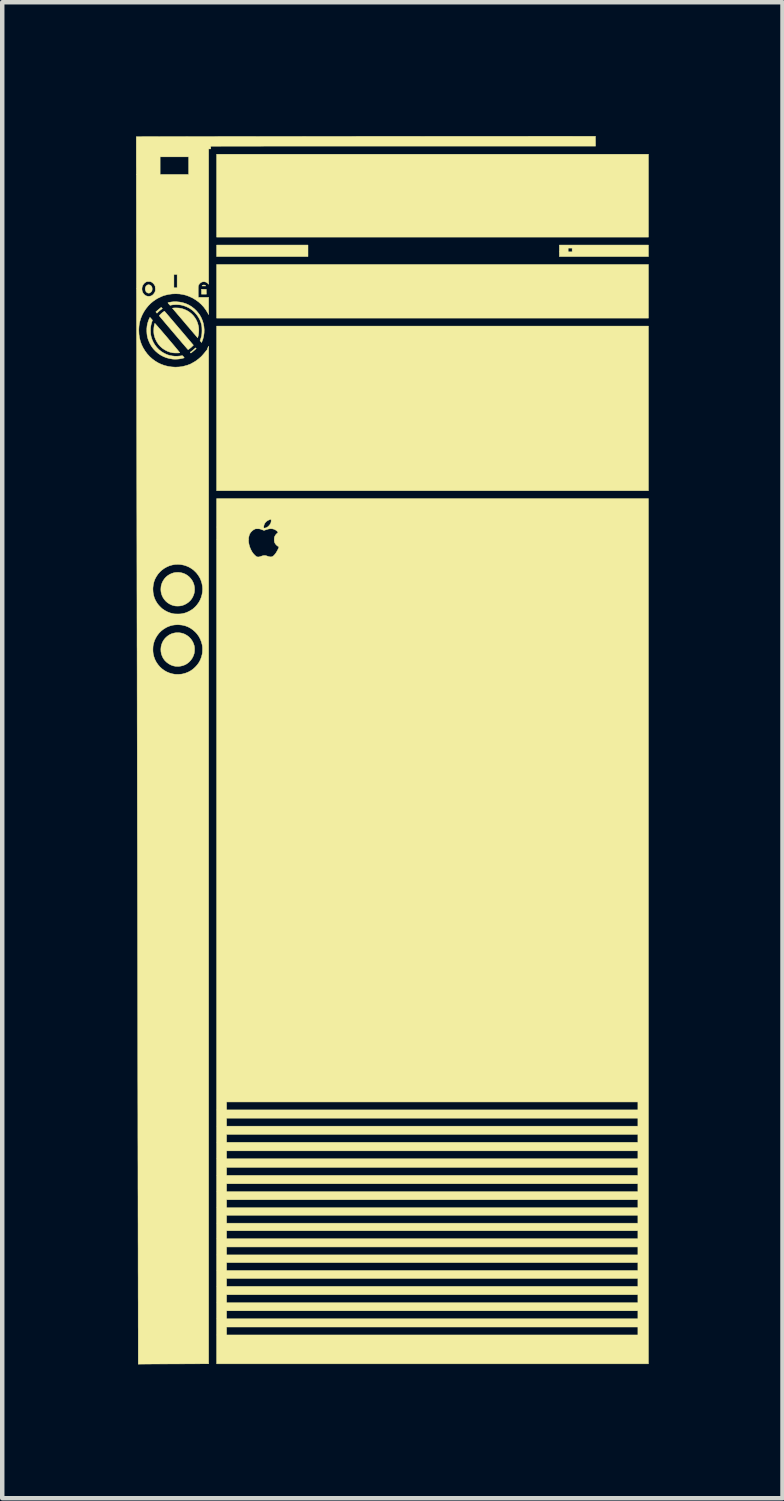
<source format=kicad_pcb>
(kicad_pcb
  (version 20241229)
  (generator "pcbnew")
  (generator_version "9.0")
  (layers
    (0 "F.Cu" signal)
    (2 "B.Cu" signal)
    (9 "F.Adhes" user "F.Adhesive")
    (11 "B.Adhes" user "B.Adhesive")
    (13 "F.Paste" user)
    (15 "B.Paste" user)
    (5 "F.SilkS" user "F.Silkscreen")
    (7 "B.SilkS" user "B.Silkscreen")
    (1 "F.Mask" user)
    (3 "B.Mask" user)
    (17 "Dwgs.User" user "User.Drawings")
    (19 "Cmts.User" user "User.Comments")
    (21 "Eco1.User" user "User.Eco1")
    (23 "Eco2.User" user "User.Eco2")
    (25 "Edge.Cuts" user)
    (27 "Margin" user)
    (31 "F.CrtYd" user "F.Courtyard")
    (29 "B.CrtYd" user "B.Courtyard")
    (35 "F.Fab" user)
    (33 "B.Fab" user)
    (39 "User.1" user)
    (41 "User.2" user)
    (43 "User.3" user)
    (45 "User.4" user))
  (footprint "6000"
    (layer "F.Cu")
    (at 5.743 13.768)
    (property "Reference" "6000" (at 0 0 0) (layer "F.SilkS") (effects (font (size 1.524 1.524) (thickness 0.3))))
    (attr through_hole)
    (fp_poly (pts (xy -1.888 -11.066) (xy -3.937 -11.066) (xy -3.937 -11.324) (xy -1.888 -11.324) (xy -1.888 -11.066)) (stroke (width 0.01) (type solid)) (fill yes) (layer "F.SilkS"))
    (fp_poly (pts (xy 5.745 -11.502) (xy -3.937 -11.502) (xy -3.937 -13.36) (xy 5.745 -13.36) (xy 5.745 -11.502)) (stroke (width 0.01) (type solid)) (fill yes) (layer "F.SilkS"))
    (fp_poly (pts (xy 5.745 -9.686) (xy -3.937 -9.686) (xy -3.937 -10.888) (xy 5.745 -10.888) (xy 5.745 -9.686)) (stroke (width 0.01) (type solid)) (fill yes) (layer "F.SilkS"))
    (fp_poly (pts (xy 5.745 -5.817) (xy -3.937 -5.817) (xy -3.937 -9.508) (xy 5.745 -9.508) (xy 5.745 -5.817)) (stroke (width 0.01) (type solid)) (fill yes) (layer "F.SilkS"))
    (fp_poly (pts (xy -4.222 -10.333) (xy -4.168 -10.331) (xy -4.167 -10.277) (xy -4.165 -10.223) (xy -4.276 -10.223) (xy -4.276 -10.334) (xy -4.222 -10.333)) (stroke (width 0.01) (type solid)) (fill yes) (layer "F.SilkS"))
    (fp_poly (pts (xy 5.745 -11.066) (xy 3.747 -11.066) (xy 3.747 -11.256) (xy 3.945 -11.256) (xy 3.945 -11.172) (xy 4.034 -11.172) (xy 4.034 -11.256) (xy 3.945 -11.256) (xy 3.747 -11.256) (xy 3.747 -11.324) (xy 5.745 -11.324) (xy 5.745 -11.066)) (stroke (width 0.01) (type solid)) (fill yes) (layer "F.SilkS"))
    (fp_poly (pts (xy -4.21 -10.428) (xy -4.193 -10.421) (xy -4.185 -10.414) (xy -4.182 -10.41) (xy -4.181 -10.408) (xy -4.185 -10.406) (xy -4.193 -10.406) (xy -4.208 -10.406) (xy -4.223 -10.406) (xy -4.243 -10.406) (xy -4.256 -10.406) (xy -4.262 -10.407) (xy -4.265 -10.409) (xy -4.263 -10.411) (xy -4.261 -10.414) (xy -4.246 -10.424) (xy -4.228 -10.429) (xy -4.21 -10.428)) (stroke (width 0.01) (type solid)) (fill yes) (layer "F.SilkS"))
    (fp_poly (pts (xy -5.174 -9.924) (xy -5.167 -9.916) (xy -5.164 -9.912) (xy -5.152 -9.898) (xy -5.167 -9.889) (xy -5.184 -9.877) (xy -5.203 -9.862) (xy -5.224 -9.844) (xy -5.244 -9.826) (xy -5.254 -9.816) (xy -5.274 -9.796) (xy -5.287 -9.811) (xy -5.299 -9.827) (xy -5.241 -9.877) (xy -5.222 -9.893) (xy -5.205 -9.907) (xy -5.191 -9.918) (xy -5.182 -9.925) (xy -5.179 -9.927) (xy -5.174 -9.924)) (stroke (width 0.01) (type solid)) (fill yes) (layer "F.SilkS"))
    (fp_poly (pts (xy -5.431 -10.428) (xy -5.411 -10.416) (xy -5.395 -10.397) (xy -5.392 -10.391) (xy -5.384 -10.37) (xy -5.381 -10.346) (xy -5.382 -10.322) (xy -5.386 -10.302) (xy -5.396 -10.284) (xy -5.411 -10.268) (xy -5.428 -10.255) (xy -5.439 -10.249) (xy -5.454 -10.246) (xy -5.467 -10.246) (xy -5.479 -10.249) (xy -5.499 -10.259) (xy -5.517 -10.276) (xy -5.529 -10.298) (xy -5.537 -10.323) (xy -5.538 -10.341) (xy -5.535 -10.369) (xy -5.525 -10.393) (xy -5.512 -10.411) (xy -5.494 -10.426) (xy -5.473 -10.434) (xy -5.452 -10.434) (xy -5.431 -10.428)) (stroke (width 0.01) (type solid)) (fill yes) (layer "F.SilkS"))
    (fp_poly (pts (xy -4.406 -9.017) (xy -4.402 -9.014) (xy -4.401 -9.013) (xy -4.395 -9.006) (xy -4.396 -9.001) (xy -4.399 -8.998) (xy -4.406 -8.992) (xy -4.417 -8.982) (xy -4.432 -8.969) (xy -4.448 -8.955) (xy -4.465 -8.941) (xy -4.481 -8.928) (xy -4.495 -8.916) (xy -4.506 -8.908) (xy -4.512 -8.903) (xy -4.513 -8.903) (xy -4.518 -8.905) (xy -4.523 -8.911) (xy -4.528 -8.918) (xy -4.529 -8.921) (xy -4.507 -8.937) (xy -4.483 -8.955) (xy -4.46 -8.974) (xy -4.441 -8.991) (xy -4.436 -8.995) (xy -4.423 -9.007) (xy -4.415 -9.015) (xy -4.41 -9.018) (xy -4.406 -9.017)) (stroke (width 0.01) (type solid)) (fill yes) (layer "F.SilkS"))
    (fp_poly (pts (xy -4.778 -9.912) (xy -4.716 -9.9) (xy -4.657 -9.881) (xy -4.601 -9.855) (xy -4.549 -9.823) (xy -4.501 -9.785) (xy -4.458 -9.741) (xy -4.421 -9.692) (xy -4.389 -9.638) (xy -4.364 -9.58) (xy -4.347 -9.518) (xy -4.341 -9.489) (xy -4.336 -9.446) (xy -4.336 -9.399) (xy -4.339 -9.352) (xy -4.345 -9.308) (xy -4.349 -9.29) (xy -4.354 -9.273) (xy -4.358 -9.258) (xy -4.361 -9.249) (xy -4.362 -9.247) (xy -4.365 -9.25) (xy -4.373 -9.259) (xy -4.386 -9.273) (xy -4.403 -9.293) (xy -4.424 -9.318) (xy -4.449 -9.346) (xy -4.477 -9.379) (xy -4.508 -9.416) (xy -4.541 -9.455) (xy -4.577 -9.497) (xy -4.615 -9.541) (xy -4.645 -9.577) (xy -4.927 -9.908) (xy -4.913 -9.911) (xy -4.904 -9.913) (xy -4.889 -9.914) (xy -4.869 -9.915) (xy -4.847 -9.915) (xy -4.843 -9.915) (xy -4.778 -9.912)) (stroke (width 0.01) (type solid)) (fill yes) (layer "F.SilkS"))
    (fp_poly (pts (xy -4.739 -3.98) (xy -4.686 -3.966) (xy -4.642 -3.948) (xy -4.594 -3.92) (xy -4.552 -3.886) (xy -4.516 -3.847) (xy -4.485 -3.804) (xy -4.461 -3.757) (xy -4.443 -3.707) (xy -4.433 -3.655) (xy -4.43 -3.602) (xy -4.434 -3.548) (xy -4.441 -3.515) (xy -4.45 -3.487) (xy -4.462 -3.456) (xy -4.476 -3.427) (xy -4.491 -3.401) (xy -4.496 -3.393) (xy -4.529 -3.352) (xy -4.569 -3.315) (xy -4.614 -3.284) (xy -4.663 -3.259) (xy -4.714 -3.241) (xy -4.734 -3.237) (xy -4.762 -3.233) (xy -4.795 -3.231) (xy -4.829 -3.231) (xy -4.862 -3.233) (xy -4.887 -3.237) (xy -4.941 -3.253) (xy -4.99 -3.276) (xy -5.036 -3.305) (xy -5.077 -3.341) (xy -5.112 -3.382) (xy -5.142 -3.428) (xy -5.165 -3.479) (xy -5.18 -3.533) (xy -5.185 -3.566) (xy -5.187 -3.603) (xy -5.185 -3.642) (xy -5.181 -3.678) (xy -5.178 -3.693) (xy -5.161 -3.747) (xy -5.137 -3.796) (xy -5.108 -3.84) (xy -5.073 -3.879) (xy -5.034 -3.912) (xy -4.99 -3.94) (xy -4.944 -3.961) (xy -4.895 -3.977) (xy -4.844 -3.985) (xy -4.791 -3.986) (xy -4.739 -3.98)) (stroke (width 0.01) (type solid)) (fill yes) (layer "F.SilkS"))
    (fp_poly (pts (xy -4.73 -2.626) (xy -4.677 -2.611) (xy -4.649 -2.599) (xy -4.6 -2.571) (xy -4.555 -2.537) (xy -4.517 -2.497) (xy -4.485 -2.452) (xy -4.459 -2.402) (xy -4.44 -2.347) (xy -4.438 -2.338) (xy -4.433 -2.312) (xy -4.431 -2.28) (xy -4.431 -2.246) (xy -4.433 -2.213) (xy -4.437 -2.183) (xy -4.44 -2.166) (xy -4.459 -2.111) (xy -4.485 -2.06) (xy -4.518 -2.014) (xy -4.557 -1.973) (xy -4.602 -1.938) (xy -4.603 -1.937) (xy -4.645 -1.914) (xy -4.692 -1.896) (xy -4.742 -1.884) (xy -4.792 -1.877) (xy -4.842 -1.878) (xy -4.86 -1.88) (xy -4.912 -1.891) (xy -4.963 -1.91) (xy -5.011 -1.937) (xy -5.055 -1.969) (xy -5.095 -2.007) (xy -5.122 -2.043) (xy -5.135 -2.063) (xy -5.148 -2.088) (xy -5.16 -2.116) (xy -5.17 -2.142) (xy -5.175 -2.158) (xy -5.185 -2.212) (xy -5.187 -2.266) (xy -5.182 -2.32) (xy -5.169 -2.372) (xy -5.149 -2.422) (xy -5.122 -2.469) (xy -5.088 -2.512) (xy -5.048 -2.549) (xy -5.041 -2.555) (xy -4.995 -2.586) (xy -4.945 -2.61) (xy -4.893 -2.625) (xy -4.839 -2.634) (xy -4.785 -2.634) (xy -4.73 -2.626)) (stroke (width 0.01) (type solid)) (fill yes) (layer "F.SilkS"))
    (fp_poly (pts (xy -5.318 -9.566) (xy -5.31 -9.557) (xy -5.297 -9.543) (xy -5.28 -9.523) (xy -5.258 -9.499) (xy -5.234 -9.47) (xy -5.205 -9.438) (xy -5.174 -9.402) (xy -5.141 -9.363) (xy -5.105 -9.321) (xy -5.067 -9.277) (xy -5.038 -9.243) (xy -5 -9.197) (xy -4.963 -9.153) (xy -4.928 -9.112) (xy -4.895 -9.073) (xy -4.865 -9.037) (xy -4.839 -9.005) (xy -4.815 -8.977) (xy -4.796 -8.953) (xy -4.78 -8.934) (xy -4.769 -8.92) (xy -4.763 -8.912) (xy -4.762 -8.91) (xy -4.768 -8.908) (xy -4.782 -8.906) (xy -4.8 -8.905) (xy -4.821 -8.905) (xy -4.845 -8.905) (xy -4.869 -8.905) (xy -4.891 -8.906) (xy -4.91 -8.908) (xy -4.92 -8.909) (xy -4.983 -8.923) (xy -5.043 -8.945) (xy -5.1 -8.975) (xy -5.152 -9.01) (xy -5.199 -9.052) (xy -5.241 -9.099) (xy -5.276 -9.151) (xy -5.305 -9.208) (xy -5.321 -9.249) (xy -5.332 -9.285) (xy -5.34 -9.319) (xy -5.344 -9.353) (xy -5.346 -9.389) (xy -5.345 -9.428) (xy -5.344 -9.457) (xy -5.341 -9.486) (xy -5.337 -9.513) (xy -5.333 -9.536) (xy -5.328 -9.554) (xy -5.324 -9.566) (xy -5.322 -9.569) (xy -5.318 -9.566)) (stroke (width 0.01) (type solid)) (fill yes) (layer "F.SilkS"))
    (fp_poly (pts (xy -5.07 -9.801) (xy -5.063 -9.792) (xy -5.05 -9.777) (xy -5.033 -9.757) (xy -5.011 -9.732) (xy -4.986 -9.702) (xy -4.957 -9.668) (xy -4.925 -9.631) (xy -4.891 -9.59) (xy -4.854 -9.547) (xy -4.816 -9.502) (xy -4.777 -9.456) (xy -4.746 -9.42) (xy -4.457 -9.079) (xy -4.482 -9.054) (xy -4.494 -9.043) (xy -4.508 -9.029) (xy -4.525 -9.016) (xy -4.541 -9.003) (xy -4.556 -8.992) (xy -4.568 -8.983) (xy -4.575 -8.979) (xy -4.576 -8.979) (xy -4.579 -8.982) (xy -4.588 -8.991) (xy -4.601 -9.006) (xy -4.618 -9.026) (xy -4.64 -9.051) (xy -4.665 -9.081) (xy -4.694 -9.114) (xy -4.726 -9.151) (xy -4.76 -9.192) (xy -4.797 -9.235) (xy -4.836 -9.281) (xy -4.877 -9.329) (xy -4.9 -9.356) (xy -4.942 -9.405) (xy -4.981 -9.452) (xy -5.02 -9.497) (xy -5.055 -9.539) (xy -5.089 -9.579) (xy -5.119 -9.615) (xy -5.146 -9.647) (xy -5.17 -9.675) (xy -5.189 -9.698) (xy -5.205 -9.717) (xy -5.215 -9.73) (xy -5.221 -9.737) (xy -5.222 -9.738) (xy -5.22 -9.744) (xy -5.213 -9.753) (xy -5.201 -9.765) (xy -5.187 -9.779) (xy -5.171 -9.794) (xy -5.155 -9.808) (xy -5.139 -9.82) (xy -5.132 -9.825) (xy -5.106 -9.842) (xy -5.07 -9.801)) (stroke (width 0.01) (type solid)) (fill yes) (layer "F.SilkS"))
    (fp_poly (pts (xy -4.834 -10.053) (xy -4.761 -10.046) (xy -4.69 -10.031) (xy -4.622 -10.009) (xy -4.557 -9.979) (xy -4.496 -9.942) (xy -4.439 -9.898) (xy -4.387 -9.848) (xy -4.34 -9.791) (xy -4.318 -9.76) (xy -4.283 -9.698) (xy -4.255 -9.633) (xy -4.234 -9.565) (xy -4.221 -9.496) (xy -4.215 -9.425) (xy -4.217 -9.354) (xy -4.227 -9.284) (xy -4.244 -9.215) (xy -4.266 -9.157) (xy -4.274 -9.139) (xy -4.291 -9.159) (xy -4.308 -9.179) (xy -4.294 -9.22) (xy -4.284 -9.252) (xy -4.276 -9.28) (xy -4.271 -9.306) (xy -4.268 -9.334) (xy -4.266 -9.365) (xy -4.265 -9.402) (xy -4.265 -9.411) (xy -4.266 -9.449) (xy -4.267 -9.481) (xy -4.27 -9.509) (xy -4.275 -9.536) (xy -4.282 -9.563) (xy -4.291 -9.593) (xy -4.316 -9.655) (xy -4.349 -9.714) (xy -4.388 -9.769) (xy -4.433 -9.82) (xy -4.483 -9.865) (xy -4.538 -9.903) (xy -4.572 -9.922) (xy -4.617 -9.943) (xy -4.667 -9.962) (xy -4.717 -9.976) (xy -4.741 -9.981) (xy -4.773 -9.985) (xy -4.81 -9.987) (xy -4.848 -9.988) (xy -4.886 -9.986) (xy -4.921 -9.984) (xy -4.942 -9.98) (xy -4.98 -9.973) (xy -5.005 -10) (xy -5.016 -10.012) (xy -5.024 -10.022) (xy -5.029 -10.029) (xy -5.029 -10.029) (xy -5.025 -10.032) (xy -5.015 -10.035) (xy -5.001 -10.039) (xy -5.001 -10.039) (xy -4.951 -10.048) (xy -4.902 -10.053) (xy -4.849 -10.053) (xy -4.834 -10.053)) (stroke (width 0.01) (type solid)) (fill yes) (layer "F.SilkS"))
    (fp_poly (pts (xy -5.428 -9.7) (xy -5.42 -9.692) (xy -5.409 -9.68) (xy -5.402 -9.671) (xy -5.375 -9.639) (xy -5.391 -9.593) (xy -5.402 -9.555) (xy -5.41 -9.518) (xy -5.415 -9.481) (xy -5.418 -9.441) (xy -5.418 -9.395) (xy -5.417 -9.388) (xy -5.416 -9.357) (xy -5.415 -9.333) (xy -5.412 -9.312) (xy -5.409 -9.294) (xy -5.405 -9.274) (xy -5.404 -9.272) (xy -5.383 -9.205) (xy -5.355 -9.142) (xy -5.319 -9.083) (xy -5.277 -9.029) (xy -5.23 -8.98) (xy -5.176 -8.937) (xy -5.118 -8.901) (xy -5.055 -8.871) (xy -5.043 -8.866) (xy -4.991 -8.85) (xy -4.934 -8.839) (xy -4.875 -8.832) (xy -4.816 -8.832) (xy -4.76 -8.837) (xy -4.759 -8.837) (xy -4.74 -8.84) (xy -4.723 -8.842) (xy -4.711 -8.844) (xy -4.706 -8.845) (xy -4.702 -8.843) (xy -4.694 -8.836) (xy -4.685 -8.827) (xy -4.676 -8.816) (xy -4.668 -8.806) (xy -4.664 -8.798) (xy -4.664 -8.795) (xy -4.671 -8.793) (xy -4.684 -8.789) (xy -4.701 -8.785) (xy -4.721 -8.78) (xy -4.74 -8.776) (xy -4.758 -8.773) (xy -4.765 -8.772) (xy -4.796 -8.768) (xy -4.831 -8.766) (xy -4.867 -8.765) (xy -4.899 -8.766) (xy -4.918 -8.767) (xy -4.992 -8.779) (xy -5.063 -8.798) (xy -5.13 -8.825) (xy -5.194 -8.859) (xy -5.252 -8.899) (xy -5.306 -8.946) (xy -5.355 -8.998) (xy -5.398 -9.056) (xy -5.434 -9.119) (xy -5.464 -9.187) (xy -5.469 -9.2) (xy -5.483 -9.245) (xy -5.493 -9.29) (xy -5.499 -9.338) (xy -5.502 -9.385) (xy -5.502 -9.45) (xy -5.496 -9.511) (xy -5.484 -9.569) (xy -5.466 -9.628) (xy -5.445 -9.678) (xy -5.439 -9.691) (xy -5.434 -9.7) (xy -5.431 -9.703) (xy -5.428 -9.7)) (stroke (width 0.01) (type solid)) (fill yes) (layer "F.SilkS"))
    (fp_poly (pts (xy 5.745 13.758) (xy -3.937 13.758) (xy -3.937 12.933) (xy -3.713 12.933) (xy -3.713 13.111) (xy 5.508 13.111) (xy 5.508 12.933) (xy -3.713 12.933) (xy -3.937 12.933) (xy -3.937 12.569) (xy -3.713 12.569) (xy -3.713 12.747) (xy 5.508 12.747) (xy 5.508 12.569) (xy -3.713 12.569) (xy -3.937 12.569) (xy -3.937 12.209) (xy -3.713 12.209) (xy -3.713 12.387) (xy 5.508 12.387) (xy 5.508 12.209) (xy -3.713 12.209) (xy -3.937 12.209) (xy -3.937 11.845) (xy -3.713 11.845) (xy -3.713 12.023) (xy 5.508 12.023) (xy 5.508 11.845) (xy -3.713 11.845) (xy -3.937 11.845) (xy -3.937 11.489) (xy -3.713 11.489) (xy -3.713 11.667) (xy 5.508 11.667) (xy 5.508 11.489) (xy -3.713 11.489) (xy -3.937 11.489) (xy -3.937 11.138) (xy -3.713 11.138) (xy -3.713 11.316) (xy 5.508 11.316) (xy 5.508 11.138) (xy -3.713 11.138) (xy -3.937 11.138) (xy -3.937 10.774) (xy -3.713 10.774) (xy -3.713 10.952) (xy 5.508 10.952) (xy 5.508 10.774) (xy -3.713 10.774) (xy -3.937 10.774) (xy -3.937 10.427) (xy -3.713 10.427) (xy -3.713 10.605) (xy 5.508 10.605) (xy 5.508 10.427) (xy -3.713 10.427) (xy -3.937 10.427) (xy -3.937 10.08) (xy -3.713 10.08) (xy -3.713 10.257) (xy 5.508 10.257) (xy 5.508 10.08) (xy -3.713 10.08) (xy -3.937 10.08) (xy -3.937 9.72) (xy -3.713 9.72) (xy -3.713 9.898) (xy 5.508 9.898) (xy 5.508 9.72) (xy -3.713 9.72) (xy -3.937 9.72) (xy -3.937 9.356) (xy -3.713 9.356) (xy -3.713 9.533) (xy 5.508 9.533) (xy 5.508 9.356) (xy -3.713 9.356) (xy -3.937 9.356) (xy -3.937 8.983) (xy -3.713 8.983) (xy -3.713 9.161) (xy 5.508 9.161) (xy 5.508 8.983) (xy -3.713 8.983) (xy -3.937 8.983) (xy -3.937 8.615) (xy -3.713 8.615) (xy -3.713 8.793) (xy 5.508 8.793) (xy 5.508 8.615) (xy -3.713 8.615) (xy -3.937 8.615) (xy -3.937 8.251) (xy -3.713 8.251) (xy -3.713 8.429) (xy 5.508 8.429) (xy 5.508 8.251) (xy -3.713 8.251) (xy -3.937 8.251) (xy -3.937 7.887) (xy -3.713 7.887) (xy -3.713 8.065) (xy 5.508 8.065) (xy 5.508 7.887) (xy -3.713 7.887) (xy -3.937 7.887) (xy -3.937 -4.716) (xy -3.221 -4.716) (xy -3.219 -4.664) (xy -3.21 -4.612) (xy -3.195 -4.559) (xy -3.174 -4.507) (xy -3.148 -4.456) (xy -3.131 -4.43) (xy -3.119 -4.413) (xy -3.103 -4.395) (xy -3.085 -4.376) (xy -3.068 -4.36) (xy -3.052 -4.346) (xy -3.04 -4.338) (xy -3.04 -4.338) (xy -3.019 -4.332) (xy -2.995 -4.331) (xy -2.967 -4.337) (xy -2.941 -4.346) (xy -2.908 -4.357) (xy -2.879 -4.363) (xy -2.852 -4.364) (xy -2.826 -4.359) (xy -2.811 -4.354) (xy -2.778 -4.343) (xy -2.75 -4.336) (xy -2.728 -4.333) (xy -2.708 -4.334) (xy -2.691 -4.339) (xy -2.675 -4.347) (xy -2.674 -4.347) (xy -2.654 -4.364) (xy -2.633 -4.387) (xy -2.61 -4.416) (xy -2.589 -4.45) (xy -2.568 -4.488) (xy -2.563 -4.498) (xy -2.553 -4.52) (xy -2.546 -4.536) (xy -2.542 -4.548) (xy -2.542 -4.555) (xy -2.545 -4.56) (xy -2.551 -4.565) (xy -2.556 -4.567) (xy -2.581 -4.584) (xy -2.605 -4.607) (xy -2.624 -4.632) (xy -2.63 -4.643) (xy -2.637 -4.658) (xy -2.641 -4.673) (xy -2.644 -4.689) (xy -2.645 -4.709) (xy -2.645 -4.73) (xy -2.644 -4.75) (xy -2.642 -4.767) (xy -2.642 -4.769) (xy -2.633 -4.794) (xy -2.619 -4.819) (xy -2.6 -4.843) (xy -2.581 -4.861) (xy -2.569 -4.87) (xy -2.562 -4.878) (xy -2.562 -4.885) (xy -2.567 -4.894) (xy -2.578 -4.906) (xy -2.585 -4.913) (xy -2.614 -4.935) (xy -2.647 -4.952) (xy -2.684 -4.962) (xy -2.722 -4.965) (xy -2.752 -4.962) (xy -2.769 -4.959) (xy -2.791 -4.953) (xy -2.814 -4.946) (xy -2.828 -4.942) (xy -2.874 -4.926) (xy -2.898 -4.935) (xy -2.917 -4.942) (xy -2.937 -4.949) (xy -2.949 -4.954) (xy -2.963 -4.958) (xy -2.977 -4.961) (xy -2.994 -4.963) (xy -3.016 -4.963) (xy -3.018 -4.963) (xy -3.039 -4.963) (xy -3.054 -4.963) (xy -3.065 -4.961) (xy -3.076 -4.957) (xy -3.089 -4.951) (xy -3.093 -4.949) (xy -3.12 -4.932) (xy -3.147 -4.909) (xy -3.171 -4.883) (xy -3.189 -4.856) (xy -3.192 -4.852) (xy -3.208 -4.81) (xy -3.218 -4.765) (xy -3.221 -4.716) (xy -3.937 -4.716) (xy -3.937 -4.989) (xy -2.882 -4.989) (xy -2.879 -4.982) (xy -2.872 -4.979) (xy -2.859 -4.979) (xy -2.856 -4.98) (xy -2.838 -4.983) (xy -2.82 -4.989) (xy -2.812 -4.993) (xy -2.789 -5.008) (xy -2.767 -5.028) (xy -2.746 -5.052) (xy -2.73 -5.077) (xy -2.723 -5.092) (xy -2.718 -5.107) (xy -2.715 -5.123) (xy -2.714 -5.138) (xy -2.714 -5.156) (xy -2.715 -5.168) (xy -2.719 -5.173) (xy -2.728 -5.173) (xy -2.743 -5.168) (xy -2.753 -5.165) (xy -2.791 -5.148) (xy -2.823 -5.125) (xy -2.848 -5.098) (xy -2.867 -5.065) (xy -2.878 -5.028) (xy -2.879 -5.022) (xy -2.882 -5.002) (xy -2.882 -4.989) (xy -3.937 -4.989) (xy -3.937 -5.639) (xy 5.745 -5.639) (xy 5.745 13.758)) (stroke (width 0.01) (type solid)) (fill yes) (layer "F.SilkS"))
    (fp_poly (pts (xy 4.558 -13.653) (xy 4.559 -13.542) (xy 0.274 -13.542) (xy 0.084 -13.542) (xy -0.105 -13.542) (xy -0.291 -13.542) (xy -0.475 -13.542) (xy -0.656 -13.542) (xy -0.835 -13.542) (xy -1.011 -13.542) (xy -1.183 -13.542) (xy -1.353 -13.542) (xy -1.519 -13.542) (xy -1.681 -13.542) (xy -1.839 -13.542) (xy -1.994 -13.542) (xy -2.144 -13.542) (xy -2.29 -13.542) (xy -2.432 -13.542) (xy -2.569 -13.542) (xy -2.7 -13.542) (xy -2.827 -13.542) (xy -2.949 -13.541) (xy -3.065 -13.541) (xy -3.176 -13.541) (xy -3.28 -13.541) (xy -3.379 -13.541) (xy -3.472 -13.541) (xy -3.558 -13.541) (xy -3.638 -13.541) (xy -3.711 -13.541) (xy -3.778 -13.541) (xy -3.837 -13.54) (xy -3.889 -13.54) (xy -3.934 -13.54) (xy -3.971 -13.54) (xy -4 -13.54) (xy -4.021 -13.54) (xy -4.035 -13.54) (xy -4.04 -13.54) (xy -4.068 -13.537) (xy -4.068 -13.479) (xy -4.115 -13.479) (xy -4.115 -11.961) (xy -4.115 -10.444) (xy -4.13 -10.461) (xy -4.154 -10.481) (xy -4.182 -10.495) (xy -4.213 -10.502) (xy -4.245 -10.5) (xy -4.26 -10.497) (xy -4.283 -10.487) (xy -4.306 -10.47) (xy -4.325 -10.449) (xy -4.339 -10.427) (xy -4.339 -10.427) (xy -4.342 -10.419) (xy -4.344 -10.412) (xy -4.346 -10.405) (xy -4.347 -10.395) (xy -4.348 -10.383) (xy -4.349 -10.368) (xy -4.349 -10.347) (xy -4.349 -10.321) (xy -4.349 -10.288) (xy -4.349 -10.258) (xy -4.348 -10.152) (xy -4.115 -10.152) (xy -4.115 -9.958) (xy -4.115 -9.764) (xy -4.133 -9.798) (xy -4.176 -9.868) (xy -4.224 -9.933) (xy -4.279 -9.993) (xy -4.339 -10.047) (xy -4.405 -10.095) (xy -4.474 -10.137) (xy -4.547 -10.171) (xy -4.623 -10.199) (xy -4.688 -10.215) (xy -4.768 -10.228) (xy -4.85 -10.232) (xy -4.932 -10.229) (xy -5.014 -10.218) (xy -5.094 -10.199) (xy -5.12 -10.191) (xy -5.141 -10.184) (xy -5.167 -10.173) (xy -5.195 -10.16) (xy -5.225 -10.146) (xy -5.252 -10.133) (xy -5.276 -10.12) (xy -5.285 -10.114) (xy -5.351 -10.07) (xy -5.413 -10.019) (xy -5.469 -9.962) (xy -5.52 -9.899) (xy -5.565 -9.832) (xy -5.603 -9.762) (xy -5.634 -9.689) (xy -5.639 -9.674) (xy -5.657 -9.614) (xy -5.67 -9.555) (xy -5.677 -9.497) (xy -5.681 -9.434) (xy -5.681 -9.41) (xy -5.677 -9.325) (xy -5.665 -9.244) (xy -5.646 -9.165) (xy -5.618 -9.089) (xy -5.587 -9.025) (xy -5.544 -8.954) (xy -5.495 -8.887) (xy -5.441 -8.827) (xy -5.381 -8.773) (xy -5.317 -8.725) (xy -5.249 -8.684) (xy -5.177 -8.65) (xy -5.101 -8.623) (xy -5.023 -8.604) (xy -4.943 -8.592) (xy -4.861 -8.587) (xy -4.778 -8.591) (xy -4.735 -8.596) (xy -4.704 -8.601) (xy -4.67 -8.609) (xy -4.635 -8.618) (xy -4.603 -8.627) (xy -4.575 -8.636) (xy -4.57 -8.639) (xy -4.555 -8.644) (xy -4.544 -8.648) (xy -4.537 -8.65) (xy -4.529 -8.653) (xy -4.525 -8.655) (xy -4.519 -8.659) (xy -4.507 -8.665) (xy -4.492 -8.673) (xy -4.483 -8.678) (xy -4.412 -8.719) (xy -4.345 -8.768) (xy -4.282 -8.823) (xy -4.226 -8.885) (xy -4.199 -8.918) (xy -4.186 -8.934) (xy -4.174 -8.95) (xy -4.163 -8.962) (xy -4.158 -8.968) (xy -4.15 -8.977) (xy -4.146 -8.985) (xy -4.146 -8.987) (xy -4.145 -8.994) (xy -4.141 -9.006) (xy -4.134 -9.02) (xy -4.132 -9.025) (xy -4.115 -9.057) (xy -4.115 2.35) (xy -4.115 13.757) (xy -4.821 13.76) (xy -4.899 13.76) (xy -4.976 13.76) (xy -5.05 13.761) (xy -5.123 13.761) (xy -5.192 13.761) (xy -5.258 13.762) (xy -5.32 13.762) (xy -5.378 13.762) (xy -5.43 13.763) (xy -5.477 13.763) (xy -5.518 13.763) (xy -5.553 13.764) (xy -5.58 13.764) (xy -5.6 13.764) (xy -5.61 13.764) (xy -5.694 13.766) (xy -5.694 13.41) (xy -5.694 13.397) (xy -5.694 13.375) (xy -5.694 13.345) (xy -5.694 13.307) (xy -5.694 13.261) (xy -5.694 13.207) (xy -5.694 13.145) (xy -5.694 13.076) (xy -5.694 12.998) (xy -5.695 12.914) (xy -5.695 12.822) (xy -5.695 12.722) (xy -5.695 12.615) (xy -5.695 12.502) (xy -5.695 12.381) (xy -5.696 12.253) (xy -5.696 12.118) (xy -5.696 11.977) (xy -5.696 11.829) (xy -5.697 11.675) (xy -5.697 11.515) (xy -5.697 11.348) (xy -5.697 11.175) (xy -5.698 10.995) (xy -5.698 10.81) (xy -5.698 10.619) (xy -5.699 10.422) (xy -5.699 10.22) (xy -5.699 10.012) (xy -5.7 9.799) (xy -5.7 9.58) (xy -5.7 9.356) (xy -5.701 9.127) (xy -5.701 8.893) (xy -5.702 8.654) (xy -5.702 8.41) (xy -5.702 8.161) (xy -5.703 7.908) (xy -5.703 7.651) (xy -5.704 7.389) (xy -5.704 7.122) (xy -5.705 6.852) (xy -5.705 6.577) (xy -5.706 6.298) (xy -5.706 6.016) (xy -5.707 5.73) (xy -5.707 5.44) (xy -5.708 5.146) (xy -5.708 4.849) (xy -5.709 4.549) (xy -5.709 4.245) (xy -5.71 3.939) (xy -5.71 3.629) (xy -5.711 3.316) (xy -5.711 3.001) (xy -5.712 2.683) (xy -5.712 2.362) (xy -5.713 2.038) (xy -5.714 1.713) (xy -5.714 1.384) (xy -5.715 1.054) (xy -5.715 0.722) (xy -5.716 0.387) (xy -5.716 0.051) (xy -5.717 -0.287) (xy -5.717 -0.349) (xy -5.718 -0.686) (xy -5.718 -1.022) (xy -5.719 -1.355) (xy -5.719 -1.686) (xy -5.72 -2.015) (xy -5.72 -2.243) (xy -5.365 -2.243) (xy -5.363 -2.204) (xy -5.359 -2.17) (xy -5.358 -2.161) (xy -5.342 -2.095) (xy -5.319 -2.032) (xy -5.289 -1.973) (xy -5.252 -1.919) (xy -5.21 -1.869) (xy -5.162 -1.825) (xy -5.109 -1.786) (xy -5.052 -1.754) (xy -4.991 -1.729) (xy -4.927 -1.711) (xy -4.877 -1.702) (xy -4.851 -1.7) (xy -4.819 -1.699) (xy -4.785 -1.7) (xy -4.752 -1.702) (xy -4.721 -1.705) (xy -4.704 -1.708) (xy -4.638 -1.725) (xy -4.576 -1.749) (xy -4.518 -1.78) (xy -4.463 -1.819) (xy -4.415 -1.863) (xy -4.369 -1.914) (xy -4.331 -1.968) (xy -4.3 -2.026) (xy -4.277 -2.088) (xy -4.26 -2.154) (xy -4.256 -2.182) (xy -4.254 -2.215) (xy -4.253 -2.252) (xy -4.253 -2.289) (xy -4.255 -2.323) (xy -4.259 -2.352) (xy -4.26 -2.359) (xy -4.278 -2.426) (xy -4.303 -2.49) (xy -4.335 -2.55) (xy -4.375 -2.606) (xy -4.415 -2.65) (xy -4.467 -2.696) (xy -4.523 -2.735) (xy -4.582 -2.766) (xy -4.644 -2.789) (xy -4.71 -2.804) (xy -4.778 -2.811) (xy -4.807 -2.812) (xy -4.869 -2.809) (xy -4.926 -2.801) (xy -4.981 -2.786) (xy -5.035 -2.765) (xy -5.064 -2.751) (xy -5.122 -2.716) (xy -5.175 -2.676) (xy -5.223 -2.629) (xy -5.264 -2.577) (xy -5.299 -2.52) (xy -5.328 -2.46) (xy -5.348 -2.396) (xy -5.358 -2.354) (xy -5.362 -2.321) (xy -5.364 -2.283) (xy -5.365 -2.243) (xy -5.72 -2.243) (xy -5.721 -2.341) (xy -5.721 -2.665) (xy -5.722 -2.986) (xy -5.722 -3.305) (xy -5.723 -3.609) (xy -5.365 -3.609) (xy -5.361 -3.541) (xy -5.35 -3.476) (xy -5.332 -3.414) (xy -5.306 -3.355) (xy -5.271 -3.297) (xy -5.269 -3.294) (xy -5.254 -3.273) (xy -5.234 -3.249) (xy -5.211 -3.224) (xy -5.188 -3.201) (xy -5.166 -3.18) (xy -5.15 -3.167) (xy -5.095 -3.13) (xy -5.036 -3.099) (xy -4.973 -3.075) (xy -4.907 -3.059) (xy -4.904 -3.058) (xy -4.881 -3.055) (xy -4.852 -3.054) (xy -4.82 -3.053) (xy -4.787 -3.053) (xy -4.755 -3.054) (xy -4.727 -3.057) (xy -4.713 -3.059) (xy -4.647 -3.074) (xy -4.584 -3.098) (xy -4.524 -3.129) (xy -4.468 -3.166) (xy -4.417 -3.211) (xy -4.382 -3.25) (xy -4.341 -3.305) (xy -4.308 -3.363) (xy -4.283 -3.423) (xy -4.265 -3.486) (xy -4.254 -3.549) (xy -4.251 -3.613) (xy -4.255 -3.677) (xy -4.267 -3.74) (xy -4.286 -3.802) (xy -4.312 -3.862) (xy -4.346 -3.918) (xy -4.387 -3.972) (xy -4.404 -3.99) (xy -4.453 -4.037) (xy -4.507 -4.076) (xy -4.563 -4.108) (xy -4.623 -4.133) (xy -4.684 -4.151) (xy -4.746 -4.162) (xy -4.809 -4.165) (xy -4.873 -4.162) (xy -4.935 -4.151) (xy -4.996 -4.133) (xy -5.056 -4.107) (xy -5.112 -4.075) (xy -5.166 -4.035) (xy -5.201 -4.003) (xy -5.248 -3.951) (xy -5.286 -3.895) (xy -5.318 -3.836) (xy -5.341 -3.774) (xy -5.356 -3.709) (xy -5.364 -3.64) (xy -5.365 -3.609) (xy -5.723 -3.609) (xy -5.723 -3.621) (xy -5.723 -3.934) (xy -5.724 -4.244) (xy -5.724 -4.551) (xy -5.725 -4.854) (xy -5.725 -5.155) (xy -5.726 -5.452) (xy -5.726 -5.745) (xy -5.727 -6.035) (xy -5.727 -6.321) (xy -5.728 -6.604) (xy -5.728 -6.882) (xy -5.729 -7.157) (xy -5.729 -7.427) (xy -5.729 -7.694) (xy -5.73 -7.956) (xy -5.73 -8.213) (xy -5.731 -8.466) (xy -5.731 -8.715) (xy -5.731 -8.959) (xy -5.732 -9.198) (xy -5.732 -9.432) (xy -5.733 -9.661) (xy -5.733 -9.885) (xy -5.733 -10.103) (xy -5.734 -10.317) (xy -5.734 -10.348) (xy -5.611 -10.348) (xy -5.609 -10.313) (xy -5.6 -10.278) (xy -5.585 -10.247) (xy -5.564 -10.22) (xy -5.54 -10.199) (xy -5.512 -10.184) (xy -5.482 -10.176) (xy -5.45 -10.174) (xy -5.418 -10.18) (xy -5.399 -10.187) (xy -5.373 -10.203) (xy -5.349 -10.227) (xy -5.329 -10.255) (xy -5.324 -10.265) (xy -5.318 -10.278) (xy -5.314 -10.289) (xy -5.312 -10.3) (xy -5.311 -10.313) (xy -5.311 -10.332) (xy -5.311 -10.342) (xy -5.311 -10.364) (xy -5.312 -10.38) (xy -5.313 -10.392) (xy -5.317 -10.402) (xy -5.321 -10.413) (xy -5.322 -10.415) (xy -5.339 -10.443) (xy -5.361 -10.468) (xy -5.387 -10.488) (xy -5.394 -10.493) (xy -5.405 -10.498) (xy -5.415 -10.502) (xy -5.426 -10.504) (xy -5.441 -10.505) (xy -5.459 -10.505) (xy -5.479 -10.505) (xy -5.494 -10.504) (xy -5.505 -10.501) (xy -5.515 -10.498) (xy -5.522 -10.494) (xy -5.551 -10.474) (xy -5.575 -10.448) (xy -5.593 -10.418) (xy -5.606 -10.384) (xy -5.611 -10.348) (xy -5.734 -10.348) (xy -5.734 -10.525) (xy -5.734 -10.664) (xy -4.894 -10.664) (xy -4.894 -10.367) (xy -4.822 -10.367) (xy -4.822 -10.664) (xy -4.894 -10.664) (xy -5.734 -10.664) (xy -5.734 -10.727) (xy -5.734 -10.924) (xy -5.735 -11.115) (xy -5.735 -11.301) (xy -5.735 -11.48) (xy -5.736 -11.654) (xy -5.736 -11.821) (xy -5.736 -11.982) (xy -5.736 -12.137) (xy -5.736 -12.286) (xy -5.737 -12.428) (xy -5.737 -12.563) (xy -5.737 -12.691) (xy -5.737 -12.813) (xy -5.737 -12.928) (xy -5.737 -13.036) (xy -5.738 -13.137) (xy -5.738 -13.23) (xy -5.738 -13.301) (xy -5.203 -13.301) (xy -5.203 -12.907) (xy -4.564 -12.907) (xy -4.564 -13.301) (xy -5.203 -13.301) (xy -5.738 -13.301) (xy -5.738 -13.316) (xy -5.738 -13.395) (xy -5.738 -13.466) (xy -5.738 -13.53) (xy -5.738 -13.586) (xy -5.738 -13.634) (xy -5.738 -13.674) (xy -5.738 -13.706) (xy -5.738 -13.73) (xy -5.738 -13.746) (xy -5.738 -13.753) (xy -5.738 -13.754) (xy -5.734 -13.754) (xy -5.721 -13.754) (xy -5.7 -13.754) (xy -5.672 -13.754) (xy -5.635 -13.754) (xy -5.591 -13.755) (xy -5.54 -13.755) (xy -5.482 -13.755) (xy -5.416 -13.755) (xy -5.344 -13.755) (xy -5.266 -13.755) (xy -5.18 -13.756) (xy -5.089 -13.756) (xy -4.992 -13.756) (xy -4.888 -13.756) (xy -4.779 -13.756) (xy -4.665 -13.756) (xy -4.545 -13.757) (xy -4.42 -13.757) (xy -4.291 -13.757) (xy -4.156 -13.757) (xy -4.017 -13.757) (xy -3.874 -13.758) (xy -3.726 -13.758) (xy -3.574 -13.758) (xy -3.419 -13.758) (xy -3.26 -13.758) (xy -3.097 -13.758) (xy -2.932 -13.759) (xy -2.763 -13.759) (xy -2.591 -13.759) (xy -2.417 -13.759) (xy -2.24 -13.759) (xy -2.061 -13.759) (xy -1.88 -13.76) (xy -1.697 -13.76) (xy -1.512 -13.76) (xy -1.325 -13.76) (xy -1.137 -13.76) (xy -0.948 -13.76) (xy -0.758 -13.761) (xy -0.567 -13.761) (xy -0.376 -13.761) (xy -0.184 -13.761) (xy 0.008 -13.761) (xy 0.201 -13.761) (xy 0.393 -13.761) (xy 0.585 -13.761) (xy 0.776 -13.762) (xy 0.967 -13.762) (xy 1.157 -13.762) (xy 1.346 -13.762) (xy 1.534 -13.762) (xy 1.72 -13.762) (xy 1.904 -13.762) (xy 2.087 -13.762) (xy 2.268 -13.762) (xy 2.447 -13.762) (xy 2.502 -13.762) (xy 4.557 -13.763) (xy 4.558 -13.653)) (stroke (width 0.01) (type solid)) (fill yes) (layer "F.SilkS")))
  (gr_rect
    (start -3 -3)
    (end 14.493 30.539)
    (stroke (width 0.1) (type default))
    (fill no)
    (layer "Edge.Cuts")))
</source>
